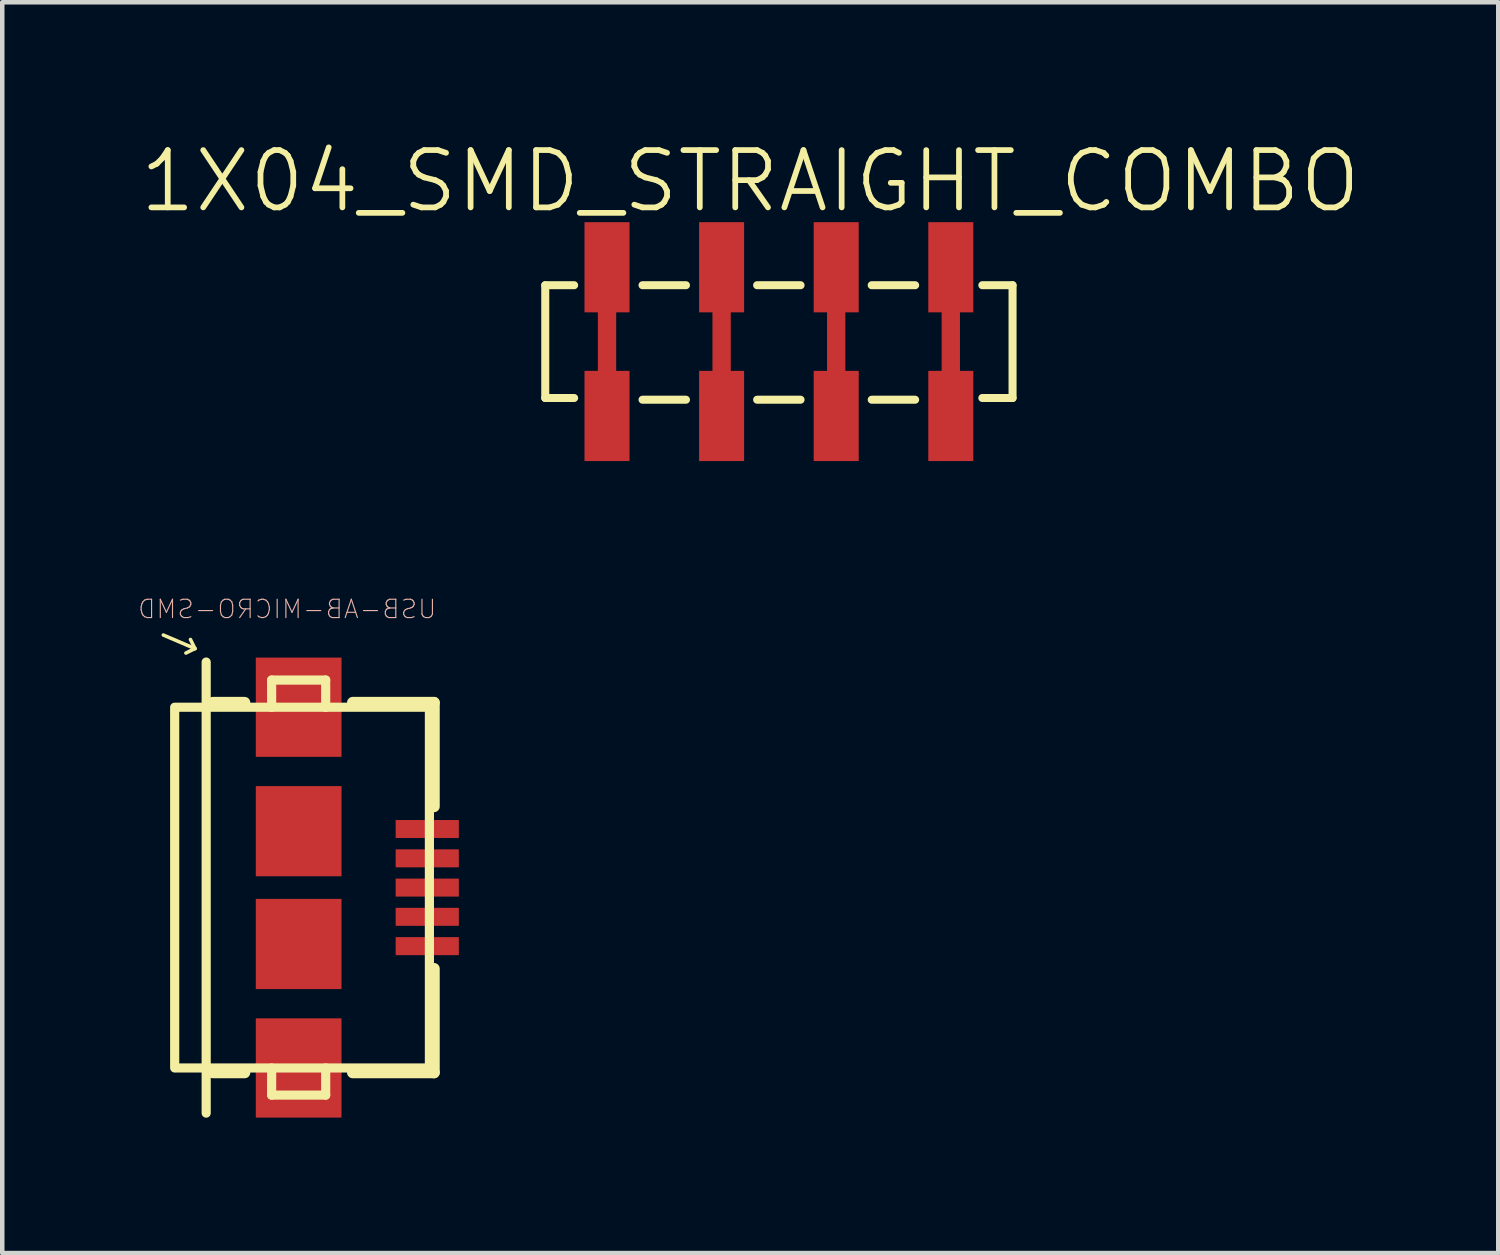
<source format=kicad_pcb>
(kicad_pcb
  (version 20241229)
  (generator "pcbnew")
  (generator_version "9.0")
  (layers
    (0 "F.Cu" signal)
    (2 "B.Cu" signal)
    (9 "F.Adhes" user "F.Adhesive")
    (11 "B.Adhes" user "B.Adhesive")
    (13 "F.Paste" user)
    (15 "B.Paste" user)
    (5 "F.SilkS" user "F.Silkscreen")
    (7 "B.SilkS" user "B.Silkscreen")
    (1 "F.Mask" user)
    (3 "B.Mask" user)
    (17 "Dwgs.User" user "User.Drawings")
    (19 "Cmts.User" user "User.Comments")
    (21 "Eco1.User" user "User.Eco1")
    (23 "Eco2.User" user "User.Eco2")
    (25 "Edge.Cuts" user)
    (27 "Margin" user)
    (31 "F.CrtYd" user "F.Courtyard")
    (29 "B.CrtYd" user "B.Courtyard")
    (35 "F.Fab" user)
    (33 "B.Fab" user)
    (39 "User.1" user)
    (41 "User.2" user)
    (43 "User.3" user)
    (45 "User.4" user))
  (footprint "USB-AB-MICRO-SMD"
    (layer "F.Cu")
    (at 3.57 16.624)
    (property "Reference" "USB-AB-MICRO-SMD" (at -0.254 -6.172 0) (layer "B.SilkS") (effects (font (size 0.406 0.406) (thickness 0.025)) (justify mirror)))
    (attr smd)
    (fp_line (start -3 -5.598) (end -2.299 -5.298) (stroke (width 0.079) (type solid)) (layer "F.SilkS"))
    (fp_line (start -2.748 -3.998) (end -2.748 3.998) (stroke (width 0.203) (type solid)) (layer "F.SilkS"))
    (fp_line (start -2.697 -3.998) (end -0.599 -3.998) (stroke (width 0.203) (type solid)) (layer "F.SilkS"))
    (fp_line (start -2.697 3.998) (end 2.898 3.998) (stroke (width 0.203) (type solid)) (layer "F.SilkS"))
    (fp_line (start -2.299 -5.298) (end -2.499 -5.199) (stroke (width 0.079) (type solid)) (layer "F.SilkS"))
    (fp_line (start -2.299 -5.298) (end -2.398 -5.499) (stroke (width 0.079) (type solid)) (layer "F.SilkS"))
    (fp_line (start -2.05 -4.999) (end -2.05 4.999) (stroke (width 0.203) (type solid)) (layer "F.SilkS"))
    (fp_line (start -1.199 -4.1) (end -1.9 -4.1) (stroke (width 0.254) (type solid)) (layer "F.SilkS"))
    (fp_line (start -1.199 4.1) (end -1.9 4.1) (stroke (width 0.254) (type solid)) (layer "F.SilkS"))
    (fp_line (start -0.599 -4.6) (end 0.599 -4.6) (stroke (width 0.203) (type solid)) (layer "F.SilkS"))
    (fp_line (start -0.599 -3.998) (end -0.599 -4.6) (stroke (width 0.203) (type solid)) (layer "F.SilkS"))
    (fp_line (start -0.599 -3.998) (end 0.599 -3.998) (stroke (width 0.203) (type solid)) (layer "F.SilkS"))
    (fp_line (start -0.599 4.6) (end -0.599 3.998) (stroke (width 0.203) (type solid)) (layer "F.SilkS"))
    (fp_line (start 0.599 -4.6) (end 0.599 -3.998) (stroke (width 0.203) (type solid)) (layer "F.SilkS"))
    (fp_line (start 0.599 -3.998) (end 2.898 -3.998) (stroke (width 0.203) (type solid)) (layer "F.SilkS"))
    (fp_line (start 0.599 3.998) (end 0.599 4.6) (stroke (width 0.203) (type solid)) (layer "F.SilkS"))
    (fp_line (start 0.599 4.6) (end -0.599 4.6) (stroke (width 0.203) (type solid)) (layer "F.SilkS"))
    (fp_line (start 1.199 -4.1) (end 3 -4.1) (stroke (width 0.254) (type solid)) (layer "F.SilkS"))
    (fp_line (start 2.898 -3.998) (end 2.898 3.998) (stroke (width 0.203) (type solid)) (layer "F.SilkS"))
    (fp_line (start 3 -4.1) (end 3 -1.798) (stroke (width 0.254) (type solid)) (layer "F.SilkS"))
    (fp_line (start 3 1.798) (end 3 4.1) (stroke (width 0.254) (type solid)) (layer "F.SilkS"))
    (fp_line (start 3 4.1) (end 1.199 4.1) (stroke (width 0.254) (type solid)) (layer "F.SilkS"))
    (pad "D+" smd rect (at 2.85 0 90) (size 0.399 1.4) (layers "F.Cu" "F.Mask" "F.Paste"))
    (pad "D-" smd rect (at 2.85 -0.648 90) (size 0.399 1.4) (layers "F.Cu" "F.Mask" "F.Paste"))
    (pad "GND" smd rect (at 2.85 1.298 90) (size 0.399 1.4) (layers "F.Cu" "F.Mask" "F.Paste"))
    (pad "ID" smd rect (at 2.85 0.648 90) (size 0.399 1.4) (layers "F.Cu" "F.Mask" "F.Paste"))
    (pad "SHIE" smd rect (at 0 -3.998 90) (size 2.2 1.9) (layers "F.Cu" "F.Mask" "F.Paste"))
    (pad "SHIE" smd rect (at 0 -1.25 90) (size 1.999 1.9) (layers "F.Cu" "F.Mask" "F.Paste"))
    (pad "SHIE" smd rect (at 0 1.25 90) (size 1.999 1.9) (layers "F.Cu" "F.Mask" "F.Paste"))
    (pad "SHIE" smd rect (at 0 3.998 90) (size 2.2 1.9) (layers "F.Cu" "F.Mask" "F.Paste"))
    (pad "VBUS" smd rect (at 2.85 -1.298 90) (size 0.399 1.4) (layers "F.Cu" "F.Mask" "F.Paste")))
  (footprint "1X04_SMD_STRAIGHT_COMBO"
    (layer "F.Cu")
    (at 10.405 4.522)
    (property "Reference" "1X04_SMD_STRAIGHT_COMBO" (at 3.175 -3.556 0) (layer "F.SilkS") (effects (font (size 1.27 1.27) (thickness 0.127))))
    (attr smd)
    (fp_line (start 0 -1.27) (end 0 1.27) (stroke (width 0.406) (type solid)) (layer "F.Cu"))
    (fp_line (start 2.54 -1.27) (end 2.54 1.27) (stroke (width 0.406) (type solid)) (layer "F.Cu"))
    (fp_line (start 5.08 -1.27) (end 5.08 1.27) (stroke (width 0.406) (type solid)) (layer "F.Cu"))
    (fp_line (start 7.62 -1.27) (end 7.62 1.27) (stroke (width 0.406) (type solid)) (layer "F.Cu"))
    (fp_line (start -1.369 -1.25) (end -0.729 -1.25) (stroke (width 0.178) (type solid)) (layer "F.SilkS"))
    (fp_line (start -1.369 1.25) (end -1.369 -1.25) (stroke (width 0.178) (type solid)) (layer "F.SilkS"))
    (fp_line (start -0.729 1.25) (end -1.369 1.25) (stroke (width 0.178) (type solid)) (layer "F.SilkS"))
    (fp_line (start 0.787 -1.25) (end 1.75 -1.25) (stroke (width 0.178) (type solid)) (layer "F.SilkS"))
    (fp_line (start 0.787 1.288) (end 1.75 1.288) (stroke (width 0.178) (type solid)) (layer "F.SilkS"))
    (fp_line (start 3.327 -1.25) (end 4.29 -1.25) (stroke (width 0.178) (type solid)) (layer "F.SilkS"))
    (fp_line (start 3.327 1.288) (end 4.29 1.288) (stroke (width 0.178) (type solid)) (layer "F.SilkS"))
    (fp_line (start 5.867 -1.25) (end 6.83 -1.25) (stroke (width 0.178) (type solid)) (layer "F.SilkS"))
    (fp_line (start 5.867 1.288) (end 6.83 1.288) (stroke (width 0.178) (type solid)) (layer "F.SilkS"))
    (fp_line (start 8.319 -1.25) (end 8.989 -1.25) (stroke (width 0.178) (type solid)) (layer "F.SilkS"))
    (fp_line (start 8.989 -1.25) (end 8.989 1.25) (stroke (width 0.178) (type solid)) (layer "F.SilkS"))
    (fp_line (start 8.989 1.25) (end 8.319 1.25) (stroke (width 0.178) (type solid)) (layer "F.SilkS"))
    (pad "1" smd rect (at 0 1.648 270) (size 1.999 0.998) (layers "F.Cu" "F.Mask" "F.Paste"))
    (pad "1-2" smd rect (at 0 -1.648 90) (size 1.999 0.998) (layers "F.Cu" "F.Mask" "F.Paste"))
    (pad "2" smd rect (at 2.54 -1.648 270) (size 1.999 0.998) (layers "F.Cu" "F.Mask" "F.Paste"))
    (pad "2-2" smd rect (at 2.54 1.648 90) (size 1.999 0.998) (layers "F.Cu" "F.Mask" "F.Paste"))
    (pad "3" smd rect (at 5.08 1.648 270) (size 1.999 0.998) (layers "F.Cu" "F.Mask" "F.Paste"))
    (pad "3-2" smd rect (at 5.08 -1.648 90) (size 1.999 0.998) (layers "F.Cu" "F.Mask" "F.Paste"))
    (pad "4" smd rect (at 7.62 -1.648 270) (size 1.999 0.998) (layers "F.Cu" "F.Mask" "F.Paste"))
    (pad "4-2" smd rect (at 7.62 1.648 90) (size 1.999 0.998) (layers "F.Cu" "F.Mask" "F.Paste")))
  (gr_rect
    (start -3 -3)
    (end 30.16 24.725)
    (stroke (width 0.1) (type default))
    (fill no)
    (layer "Edge.Cuts")))
</source>
